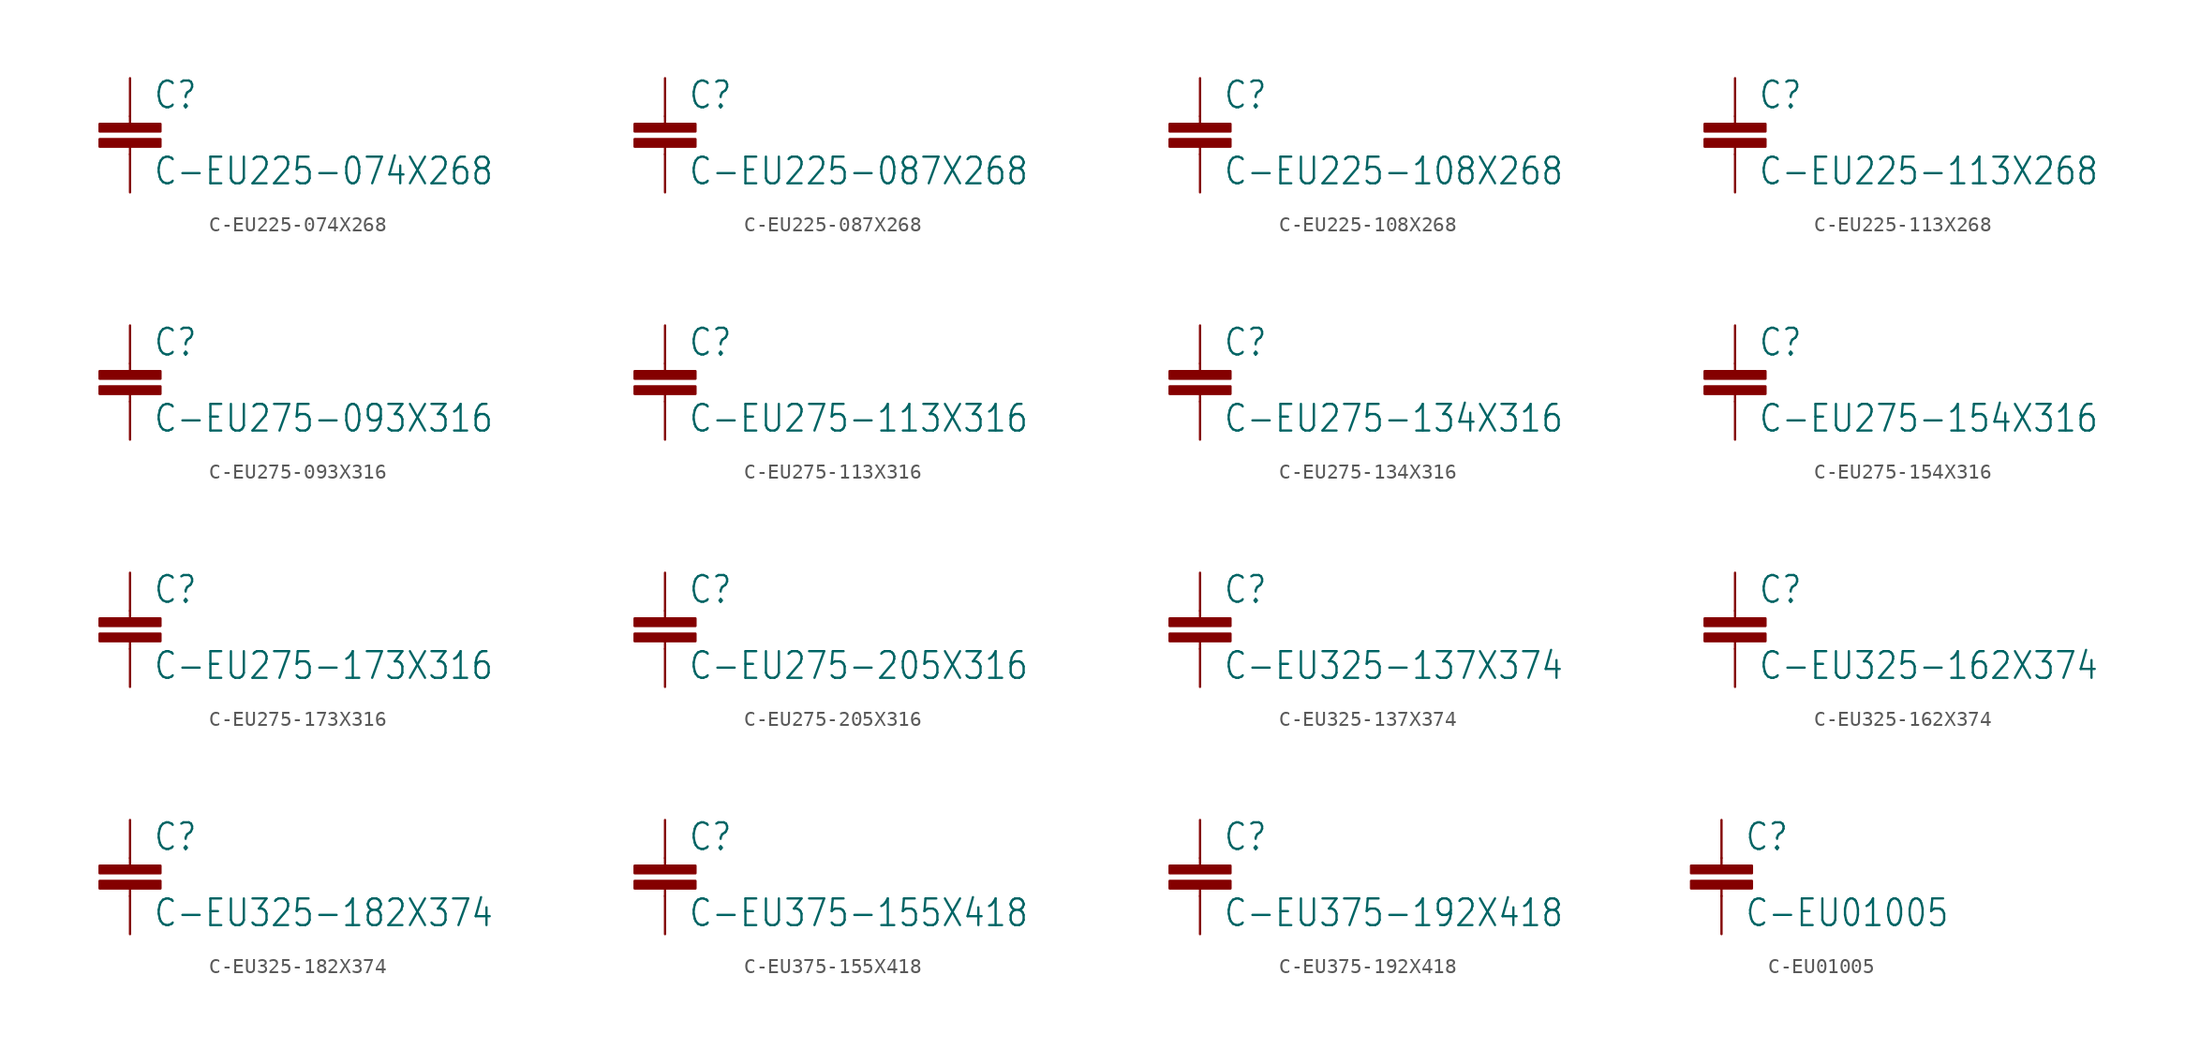
<source format=kicad_sym>
(kicad_symbol_lib
  (version 20231120)
  (generator "kicad_symbol_editor")
  (generator_version "8.0")
  (symbol "C-EU225-074X268"
    (property "Reference" "C"
      (at 1.524 0.381 0)
      (effects (font (size 1.778 1.511)) (justify left bottom)))
    (property "Value" "C-EU225-074X268"
      (at 1.524 -4.699 0)
      (effects (font (size 1.778 1.511)) (justify left bottom)))
    (property "ki_locked" ""
      (at 0 0 0)
      (effects (font (size 1.27 1.27))))
    (symbol "C-EU225-074X268_1_0"
      (rectangle (start -2.032 -2.032) (end 2.032 -1.524) (stroke (width 0) (type default)) (fill (type outline)))
      (rectangle (start -2.032 -1.016) (end 2.032 -0.508) (stroke (width 0) (type default)) (fill (type outline)))
      (polyline (pts (xy 0 -2.54) (xy 0 -2.032)) (stroke (width 0.152) (type default)) (fill (type none)))
      (polyline (pts (xy 0 0) (xy 0 -0.508)) (stroke (width 0.152) (type default)) (fill (type none)))
      (pin passive line (at 0 2.54 270) (length 2.54) (name "1" (effects (font (size 0 0)))) (number "1" (effects (font (size 0 0)))))
      (pin passive line (at 0 -5.08 90) (length 2.54) (name "2" (effects (font (size 0 0)))) (number "2" (effects (font (size 0 0)))))))
  (symbol "C-EU225-087X268"
    (property "Reference" "C"
      (at 1.524 0.381 0)
      (effects (font (size 1.778 1.511)) (justify left bottom)))
    (property "Value" "C-EU225-087X268"
      (at 1.524 -4.699 0)
      (effects (font (size 1.778 1.511)) (justify left bottom)))
    (property "ki_locked" ""
      (at 0 0 0)
      (effects (font (size 1.27 1.27))))
    (symbol "C-EU225-087X268_1_0"
      (rectangle (start -2.032 -2.032) (end 2.032 -1.524) (stroke (width 0) (type default)) (fill (type outline)))
      (rectangle (start -2.032 -1.016) (end 2.032 -0.508) (stroke (width 0) (type default)) (fill (type outline)))
      (polyline (pts (xy 0 -2.54) (xy 0 -2.032)) (stroke (width 0.152) (type default)) (fill (type none)))
      (polyline (pts (xy 0 0) (xy 0 -0.508)) (stroke (width 0.152) (type default)) (fill (type none)))
      (pin passive line (at 0 2.54 270) (length 2.54) (name "1" (effects (font (size 0 0)))) (number "1" (effects (font (size 0 0)))))
      (pin passive line (at 0 -5.08 90) (length 2.54) (name "2" (effects (font (size 0 0)))) (number "2" (effects (font (size 0 0)))))))
  (symbol "C-EU225-108X268"
    (property "Reference" "C"
      (at 1.524 0.381 0)
      (effects (font (size 1.778 1.511)) (justify left bottom)))
    (property "Value" "C-EU225-108X268"
      (at 1.524 -4.699 0)
      (effects (font (size 1.778 1.511)) (justify left bottom)))
    (property "ki_locked" ""
      (at 0 0 0)
      (effects (font (size 1.27 1.27))))
    (symbol "C-EU225-108X268_1_0"
      (rectangle (start -2.032 -2.032) (end 2.032 -1.524) (stroke (width 0) (type default)) (fill (type outline)))
      (rectangle (start -2.032 -1.016) (end 2.032 -0.508) (stroke (width 0) (type default)) (fill (type outline)))
      (polyline (pts (xy 0 -2.54) (xy 0 -2.032)) (stroke (width 0.152) (type default)) (fill (type none)))
      (polyline (pts (xy 0 0) (xy 0 -0.508)) (stroke (width 0.152) (type default)) (fill (type none)))
      (pin passive line (at 0 2.54 270) (length 2.54) (name "1" (effects (font (size 0 0)))) (number "1" (effects (font (size 0 0)))))
      (pin passive line (at 0 -5.08 90) (length 2.54) (name "2" (effects (font (size 0 0)))) (number "2" (effects (font (size 0 0)))))))
  (symbol "C-EU225-113X268"
    (property "Reference" "C"
      (at 1.524 0.381 0)
      (effects (font (size 1.778 1.511)) (justify left bottom)))
    (property "Value" "C-EU225-113X268"
      (at 1.524 -4.699 0)
      (effects (font (size 1.778 1.511)) (justify left bottom)))
    (property "ki_locked" ""
      (at 0 0 0)
      (effects (font (size 1.27 1.27))))
    (symbol "C-EU225-113X268_1_0"
      (rectangle (start -2.032 -2.032) (end 2.032 -1.524) (stroke (width 0) (type default)) (fill (type outline)))
      (rectangle (start -2.032 -1.016) (end 2.032 -0.508) (stroke (width 0) (type default)) (fill (type outline)))
      (polyline (pts (xy 0 -2.54) (xy 0 -2.032)) (stroke (width 0.152) (type default)) (fill (type none)))
      (polyline (pts (xy 0 0) (xy 0 -0.508)) (stroke (width 0.152) (type default)) (fill (type none)))
      (pin passive line (at 0 2.54 270) (length 2.54) (name "1" (effects (font (size 0 0)))) (number "1" (effects (font (size 0 0)))))
      (pin passive line (at 0 -5.08 90) (length 2.54) (name "2" (effects (font (size 0 0)))) (number "2" (effects (font (size 0 0)))))))
  (symbol "C-EU275-093X316"
    (property "Reference" "C"
      (at 1.524 0.381 0)
      (effects (font (size 1.778 1.511)) (justify left bottom)))
    (property "Value" "C-EU275-093X316"
      (at 1.524 -4.699 0)
      (effects (font (size 1.778 1.511)) (justify left bottom)))
    (property "ki_locked" ""
      (at 0 0 0)
      (effects (font (size 1.27 1.27))))
    (symbol "C-EU275-093X316_1_0"
      (rectangle (start -2.032 -2.032) (end 2.032 -1.524) (stroke (width 0) (type default)) (fill (type outline)))
      (rectangle (start -2.032 -1.016) (end 2.032 -0.508) (stroke (width 0) (type default)) (fill (type outline)))
      (polyline (pts (xy 0 -2.54) (xy 0 -2.032)) (stroke (width 0.152) (type default)) (fill (type none)))
      (polyline (pts (xy 0 0) (xy 0 -0.508)) (stroke (width 0.152) (type default)) (fill (type none)))
      (pin passive line (at 0 2.54 270) (length 2.54) (name "1" (effects (font (size 0 0)))) (number "1" (effects (font (size 0 0)))))
      (pin passive line (at 0 -5.08 90) (length 2.54) (name "2" (effects (font (size 0 0)))) (number "2" (effects (font (size 0 0)))))))
  (symbol "C-EU275-113X316"
    (property "Reference" "C"
      (at 1.524 0.381 0)
      (effects (font (size 1.778 1.511)) (justify left bottom)))
    (property "Value" "C-EU275-113X316"
      (at 1.524 -4.699 0)
      (effects (font (size 1.778 1.511)) (justify left bottom)))
    (property "ki_locked" ""
      (at 0 0 0)
      (effects (font (size 1.27 1.27))))
    (symbol "C-EU275-113X316_1_0"
      (rectangle (start -2.032 -2.032) (end 2.032 -1.524) (stroke (width 0) (type default)) (fill (type outline)))
      (rectangle (start -2.032 -1.016) (end 2.032 -0.508) (stroke (width 0) (type default)) (fill (type outline)))
      (polyline (pts (xy 0 -2.54) (xy 0 -2.032)) (stroke (width 0.152) (type default)) (fill (type none)))
      (polyline (pts (xy 0 0) (xy 0 -0.508)) (stroke (width 0.152) (type default)) (fill (type none)))
      (pin passive line (at 0 2.54 270) (length 2.54) (name "1" (effects (font (size 0 0)))) (number "1" (effects (font (size 0 0)))))
      (pin passive line (at 0 -5.08 90) (length 2.54) (name "2" (effects (font (size 0 0)))) (number "2" (effects (font (size 0 0)))))))
  (symbol "C-EU275-134X316"
    (property "Reference" "C"
      (at 1.524 0.381 0)
      (effects (font (size 1.778 1.511)) (justify left bottom)))
    (property "Value" "C-EU275-134X316"
      (at 1.524 -4.699 0)
      (effects (font (size 1.778 1.511)) (justify left bottom)))
    (property "ki_locked" ""
      (at 0 0 0)
      (effects (font (size 1.27 1.27))))
    (symbol "C-EU275-134X316_1_0"
      (rectangle (start -2.032 -2.032) (end 2.032 -1.524) (stroke (width 0) (type default)) (fill (type outline)))
      (rectangle (start -2.032 -1.016) (end 2.032 -0.508) (stroke (width 0) (type default)) (fill (type outline)))
      (polyline (pts (xy 0 -2.54) (xy 0 -2.032)) (stroke (width 0.152) (type default)) (fill (type none)))
      (polyline (pts (xy 0 0) (xy 0 -0.508)) (stroke (width 0.152) (type default)) (fill (type none)))
      (pin passive line (at 0 2.54 270) (length 2.54) (name "1" (effects (font (size 0 0)))) (number "1" (effects (font (size 0 0)))))
      (pin passive line (at 0 -5.08 90) (length 2.54) (name "2" (effects (font (size 0 0)))) (number "2" (effects (font (size 0 0)))))))
  (symbol "C-EU275-154X316"
    (property "Reference" "C"
      (at 1.524 0.381 0)
      (effects (font (size 1.778 1.511)) (justify left bottom)))
    (property "Value" "C-EU275-154X316"
      (at 1.524 -4.699 0)
      (effects (font (size 1.778 1.511)) (justify left bottom)))
    (property "ki_locked" ""
      (at 0 0 0)
      (effects (font (size 1.27 1.27))))
    (symbol "C-EU275-154X316_1_0"
      (rectangle (start -2.032 -2.032) (end 2.032 -1.524) (stroke (width 0) (type default)) (fill (type outline)))
      (rectangle (start -2.032 -1.016) (end 2.032 -0.508) (stroke (width 0) (type default)) (fill (type outline)))
      (polyline (pts (xy 0 -2.54) (xy 0 -2.032)) (stroke (width 0.152) (type default)) (fill (type none)))
      (polyline (pts (xy 0 0) (xy 0 -0.508)) (stroke (width 0.152) (type default)) (fill (type none)))
      (pin passive line (at 0 2.54 270) (length 2.54) (name "1" (effects (font (size 0 0)))) (number "1" (effects (font (size 0 0)))))
      (pin passive line (at 0 -5.08 90) (length 2.54) (name "2" (effects (font (size 0 0)))) (number "2" (effects (font (size 0 0)))))))
  (symbol "C-EU275-173X316"
    (property "Reference" "C"
      (at 1.524 0.381 0)
      (effects (font (size 1.778 1.511)) (justify left bottom)))
    (property "Value" "C-EU275-173X316"
      (at 1.524 -4.699 0)
      (effects (font (size 1.778 1.511)) (justify left bottom)))
    (property "ki_locked" ""
      (at 0 0 0)
      (effects (font (size 1.27 1.27))))
    (symbol "C-EU275-173X316_1_0"
      (rectangle (start -2.032 -2.032) (end 2.032 -1.524) (stroke (width 0) (type default)) (fill (type outline)))
      (rectangle (start -2.032 -1.016) (end 2.032 -0.508) (stroke (width 0) (type default)) (fill (type outline)))
      (polyline (pts (xy 0 -2.54) (xy 0 -2.032)) (stroke (width 0.152) (type default)) (fill (type none)))
      (polyline (pts (xy 0 0) (xy 0 -0.508)) (stroke (width 0.152) (type default)) (fill (type none)))
      (pin passive line (at 0 2.54 270) (length 2.54) (name "1" (effects (font (size 0 0)))) (number "1" (effects (font (size 0 0)))))
      (pin passive line (at 0 -5.08 90) (length 2.54) (name "2" (effects (font (size 0 0)))) (number "2" (effects (font (size 0 0)))))))
  (symbol "C-EU275-205X316"
    (property "Reference" "C"
      (at 1.524 0.381 0)
      (effects (font (size 1.778 1.511)) (justify left bottom)))
    (property "Value" "C-EU275-205X316"
      (at 1.524 -4.699 0)
      (effects (font (size 1.778 1.511)) (justify left bottom)))
    (property "ki_locked" ""
      (at 0 0 0)
      (effects (font (size 1.27 1.27))))
    (symbol "C-EU275-205X316_1_0"
      (rectangle (start -2.032 -2.032) (end 2.032 -1.524) (stroke (width 0) (type default)) (fill (type outline)))
      (rectangle (start -2.032 -1.016) (end 2.032 -0.508) (stroke (width 0) (type default)) (fill (type outline)))
      (polyline (pts (xy 0 -2.54) (xy 0 -2.032)) (stroke (width 0.152) (type default)) (fill (type none)))
      (polyline (pts (xy 0 0) (xy 0 -0.508)) (stroke (width 0.152) (type default)) (fill (type none)))
      (pin passive line (at 0 2.54 270) (length 2.54) (name "1" (effects (font (size 0 0)))) (number "1" (effects (font (size 0 0)))))
      (pin passive line (at 0 -5.08 90) (length 2.54) (name "2" (effects (font (size 0 0)))) (number "2" (effects (font (size 0 0)))))))
  (symbol "C-EU325-137X374"
    (property "Reference" "C"
      (at 1.524 0.381 0)
      (effects (font (size 1.778 1.511)) (justify left bottom)))
    (property "Value" "C-EU325-137X374"
      (at 1.524 -4.699 0)
      (effects (font (size 1.778 1.511)) (justify left bottom)))
    (property "ki_locked" ""
      (at 0 0 0)
      (effects (font (size 1.27 1.27))))
    (symbol "C-EU325-137X374_1_0"
      (rectangle (start -2.032 -2.032) (end 2.032 -1.524) (stroke (width 0) (type default)) (fill (type outline)))
      (rectangle (start -2.032 -1.016) (end 2.032 -0.508) (stroke (width 0) (type default)) (fill (type outline)))
      (polyline (pts (xy 0 -2.54) (xy 0 -2.032)) (stroke (width 0.152) (type default)) (fill (type none)))
      (polyline (pts (xy 0 0) (xy 0 -0.508)) (stroke (width 0.152) (type default)) (fill (type none)))
      (pin passive line (at 0 2.54 270) (length 2.54) (name "1" (effects (font (size 0 0)))) (number "1" (effects (font (size 0 0)))))
      (pin passive line (at 0 -5.08 90) (length 2.54) (name "2" (effects (font (size 0 0)))) (number "2" (effects (font (size 0 0)))))))
  (symbol "C-EU325-162X374"
    (property "Reference" "C"
      (at 1.524 0.381 0)
      (effects (font (size 1.778 1.511)) (justify left bottom)))
    (property "Value" "C-EU325-162X374"
      (at 1.524 -4.699 0)
      (effects (font (size 1.778 1.511)) (justify left bottom)))
    (property "ki_locked" ""
      (at 0 0 0)
      (effects (font (size 1.27 1.27))))
    (symbol "C-EU325-162X374_1_0"
      (rectangle (start -2.032 -2.032) (end 2.032 -1.524) (stroke (width 0) (type default)) (fill (type outline)))
      (rectangle (start -2.032 -1.016) (end 2.032 -0.508) (stroke (width 0) (type default)) (fill (type outline)))
      (polyline (pts (xy 0 -2.54) (xy 0 -2.032)) (stroke (width 0.152) (type default)) (fill (type none)))
      (polyline (pts (xy 0 0) (xy 0 -0.508)) (stroke (width 0.152) (type default)) (fill (type none)))
      (pin passive line (at 0 2.54 270) (length 2.54) (name "1" (effects (font (size 0 0)))) (number "1" (effects (font (size 0 0)))))
      (pin passive line (at 0 -5.08 90) (length 2.54) (name "2" (effects (font (size 0 0)))) (number "2" (effects (font (size 0 0)))))))
  (symbol "C-EU325-182X374"
    (property "Reference" "C"
      (at 1.524 0.381 0)
      (effects (font (size 1.778 1.511)) (justify left bottom)))
    (property "Value" "C-EU325-182X374"
      (at 1.524 -4.699 0)
      (effects (font (size 1.778 1.511)) (justify left bottom)))
    (property "ki_locked" ""
      (at 0 0 0)
      (effects (font (size 1.27 1.27))))
    (symbol "C-EU325-182X374_1_0"
      (rectangle (start -2.032 -2.032) (end 2.032 -1.524) (stroke (width 0) (type default)) (fill (type outline)))
      (rectangle (start -2.032 -1.016) (end 2.032 -0.508) (stroke (width 0) (type default)) (fill (type outline)))
      (polyline (pts (xy 0 -2.54) (xy 0 -2.032)) (stroke (width 0.152) (type default)) (fill (type none)))
      (polyline (pts (xy 0 0) (xy 0 -0.508)) (stroke (width 0.152) (type default)) (fill (type none)))
      (pin passive line (at 0 2.54 270) (length 2.54) (name "1" (effects (font (size 0 0)))) (number "1" (effects (font (size 0 0)))))
      (pin passive line (at 0 -5.08 90) (length 2.54) (name "2" (effects (font (size 0 0)))) (number "2" (effects (font (size 0 0)))))))
  (symbol "C-EU375-155X418"
    (property "Reference" "C"
      (at 1.524 0.381 0)
      (effects (font (size 1.778 1.511)) (justify left bottom)))
    (property "Value" "C-EU375-155X418"
      (at 1.524 -4.699 0)
      (effects (font (size 1.778 1.511)) (justify left bottom)))
    (property "ki_locked" ""
      (at 0 0 0)
      (effects (font (size 1.27 1.27))))
    (symbol "C-EU375-155X418_1_0"
      (rectangle (start -2.032 -2.032) (end 2.032 -1.524) (stroke (width 0) (type default)) (fill (type outline)))
      (rectangle (start -2.032 -1.016) (end 2.032 -0.508) (stroke (width 0) (type default)) (fill (type outline)))
      (polyline (pts (xy 0 -2.54) (xy 0 -2.032)) (stroke (width 0.152) (type default)) (fill (type none)))
      (polyline (pts (xy 0 0) (xy 0 -0.508)) (stroke (width 0.152) (type default)) (fill (type none)))
      (pin passive line (at 0 2.54 270) (length 2.54) (name "1" (effects (font (size 0 0)))) (number "1" (effects (font (size 0 0)))))
      (pin passive line (at 0 -5.08 90) (length 2.54) (name "2" (effects (font (size 0 0)))) (number "2" (effects (font (size 0 0)))))))
  (symbol "C-EU375-192X418"
    (property "Reference" "C"
      (at 1.524 0.381 0)
      (effects (font (size 1.778 1.511)) (justify left bottom)))
    (property "Value" "C-EU375-192X418"
      (at 1.524 -4.699 0)
      (effects (font (size 1.778 1.511)) (justify left bottom)))
    (property "ki_locked" ""
      (at 0 0 0)
      (effects (font (size 1.27 1.27))))
    (symbol "C-EU375-192X418_1_0"
      (rectangle (start -2.032 -2.032) (end 2.032 -1.524) (stroke (width 0) (type default)) (fill (type outline)))
      (rectangle (start -2.032 -1.016) (end 2.032 -0.508) (stroke (width 0) (type default)) (fill (type outline)))
      (polyline (pts (xy 0 -2.54) (xy 0 -2.032)) (stroke (width 0.152) (type default)) (fill (type none)))
      (polyline (pts (xy 0 0) (xy 0 -0.508)) (stroke (width 0.152) (type default)) (fill (type none)))
      (pin passive line (at 0 2.54 270) (length 2.54) (name "1" (effects (font (size 0 0)))) (number "1" (effects (font (size 0 0)))))
      (pin passive line (at 0 -5.08 90) (length 2.54) (name "2" (effects (font (size 0 0)))) (number "2" (effects (font (size 0 0)))))))
  (symbol "C-EU01005"
    (property "Reference" "C"
      (at 1.524 0.381 0)
      (effects (font (size 1.778 1.511)) (justify left bottom)))
    (property "Value" "C-EU01005"
      (at 1.524 -4.699 0)
      (effects (font (size 1.778 1.511)) (justify left bottom)))
    (property "ki_locked" ""
      (at 0 0 0)
      (effects (font (size 1.27 1.27))))
    (symbol "C-EU01005_1_0"
      (rectangle (start -2.032 -2.032) (end 2.032 -1.524) (stroke (width 0) (type default)) (fill (type outline)))
      (rectangle (start -2.032 -1.016) (end 2.032 -0.508) (stroke (width 0) (type default)) (fill (type outline)))
      (polyline (pts (xy 0 -2.54) (xy 0 -2.032)) (stroke (width 0.152) (type default)) (fill (type none)))
      (polyline (pts (xy 0 0) (xy 0 -0.508)) (stroke (width 0.152) (type default)) (fill (type none)))
      (pin passive line (at 0 2.54 270) (length 2.54) (name "1" (effects (font (size 0 0)))) (number "1" (effects (font (size 0 0)))))
      (pin passive line (at 0 -5.08 90) (length 2.54) (name "2" (effects (font (size 0 0)))) (number "2" (effects (font (size 0 0))))))))
</source>
